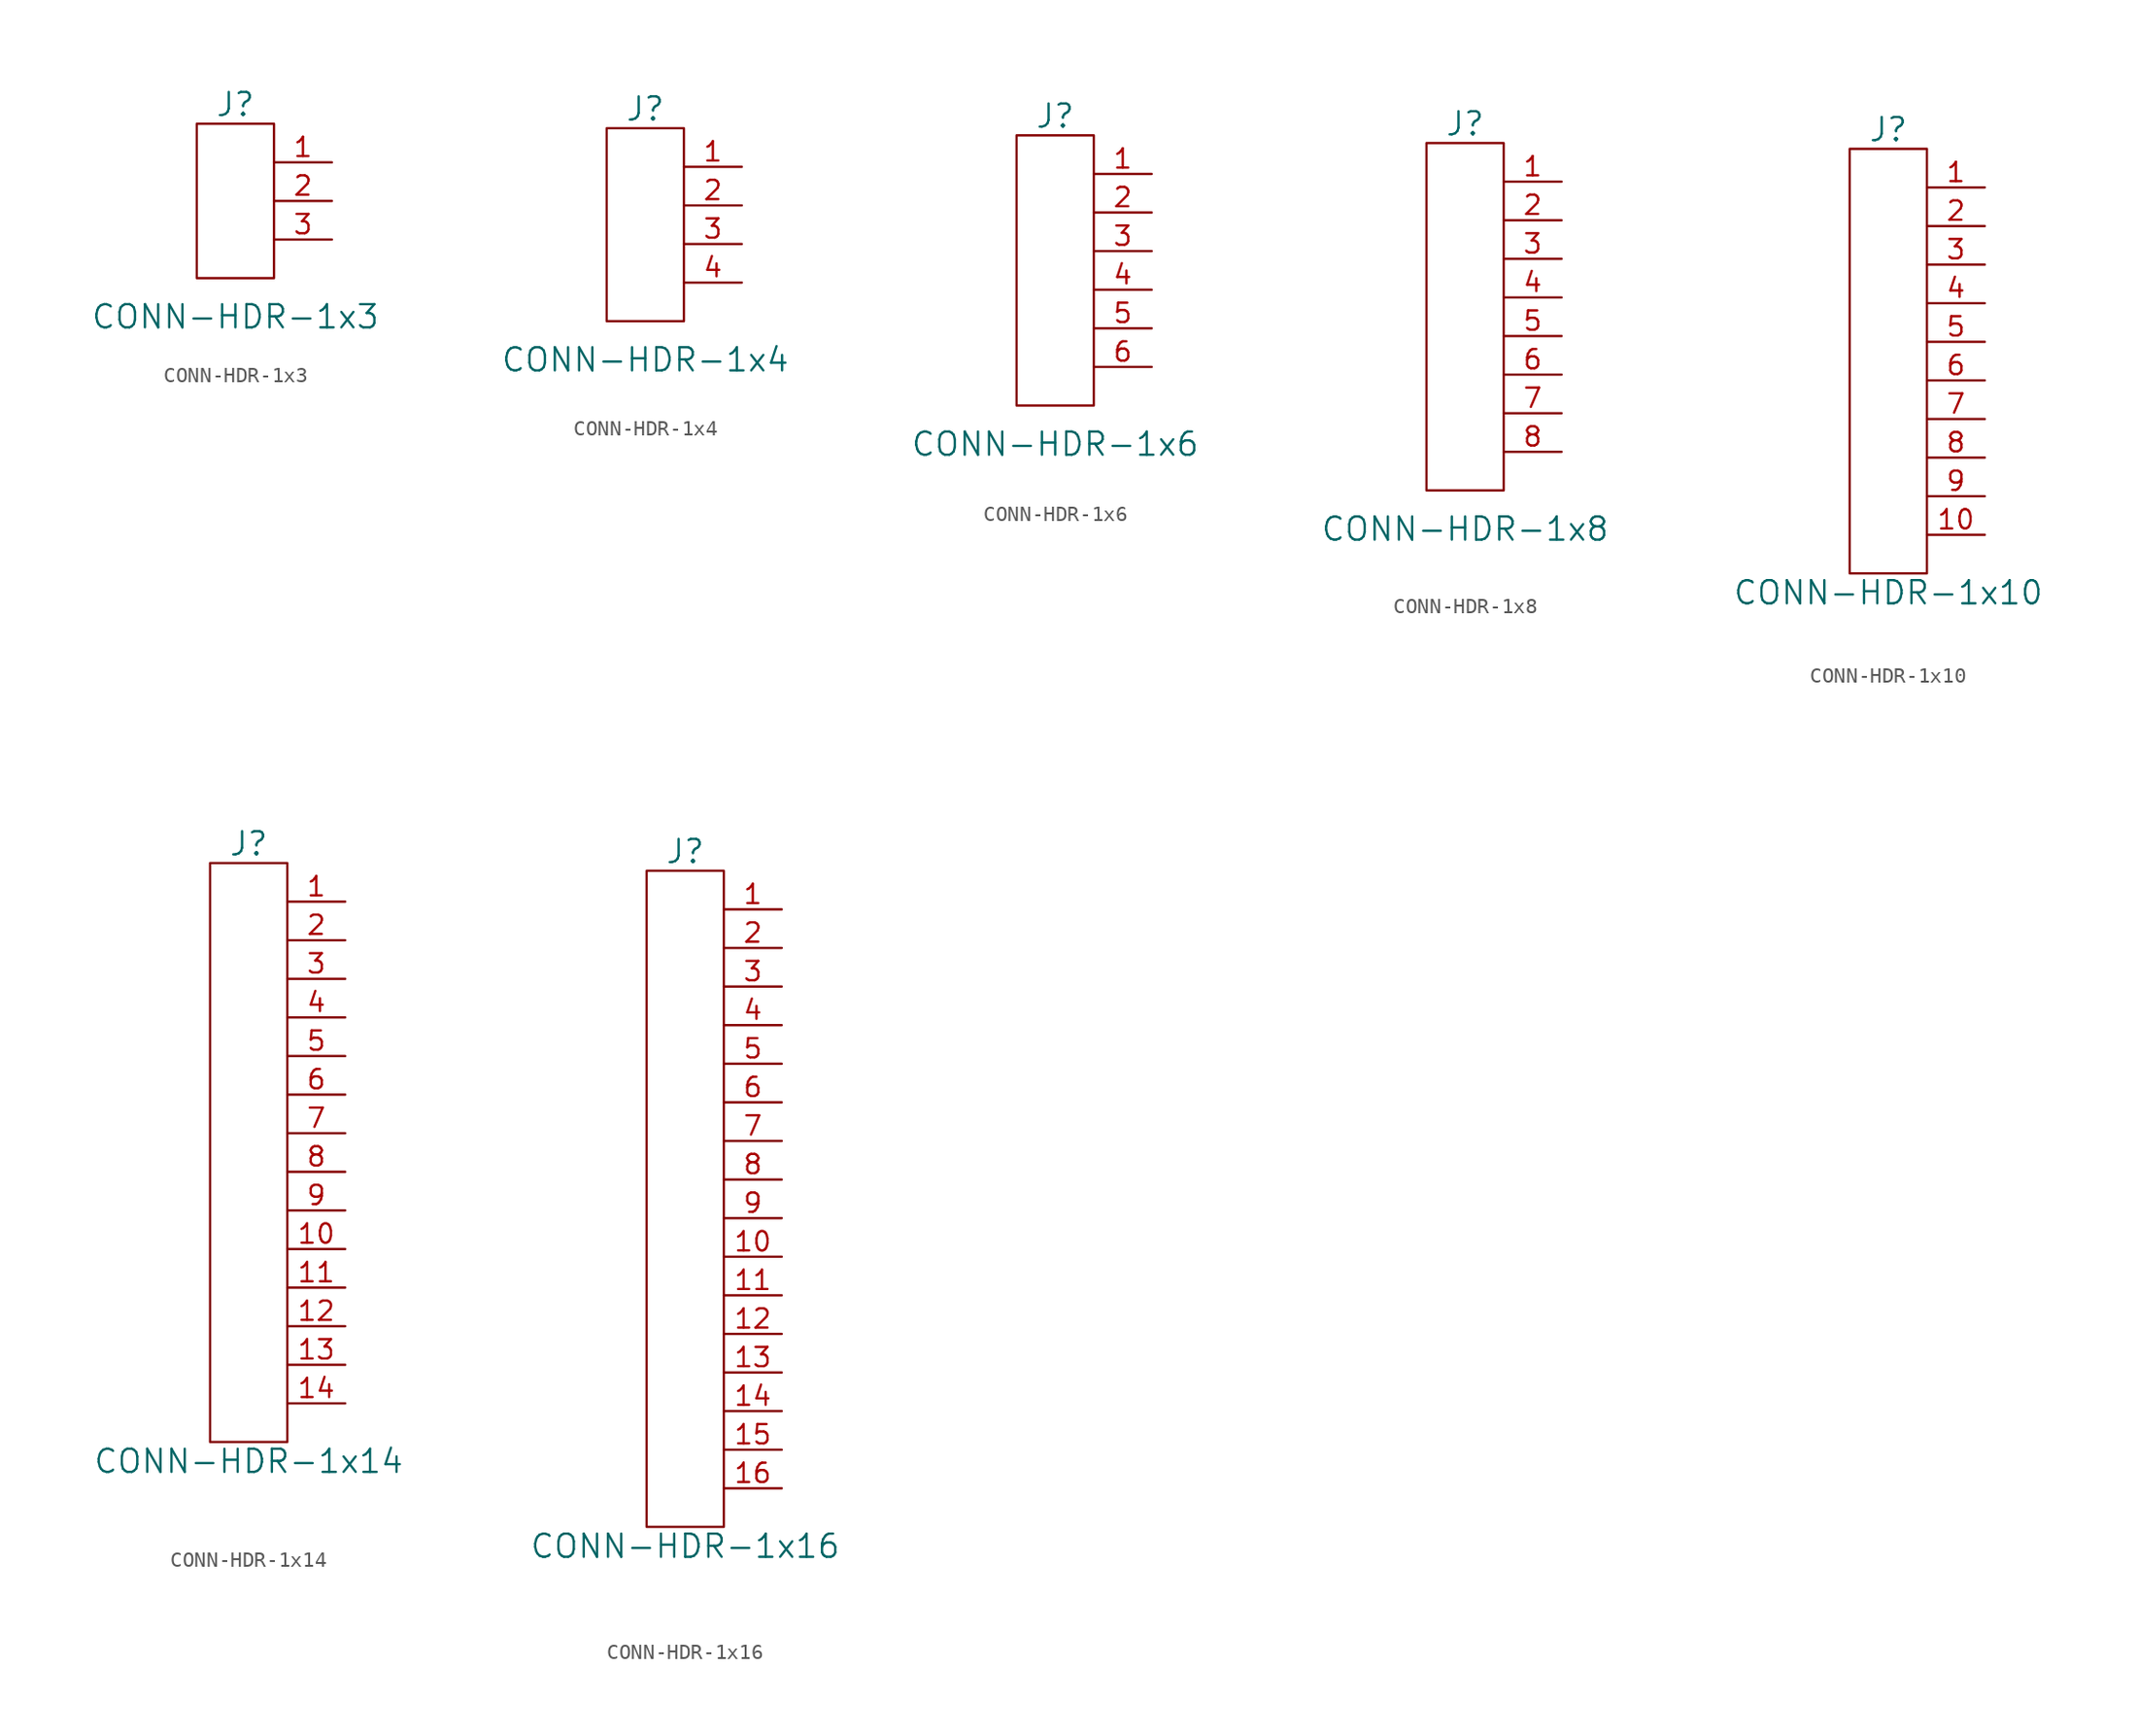
<source format=kicad_sym>
(kicad_symbol_lib
  (version 20211014)
  (generator kicad_symbol_editor)
  (symbol "CONN-HDR-1x3"
    (pin_names
      (offset 1.016))
    (property "Reference" "J"
      (at 0 6.35 0)
      (effects (font (size 1.524 1.524))))
    (property "Value" "CONN-HDR-1x3"
      (at 0 -7.62 0)
      (effects (font (size 1.524 1.524))))
    (property "Datasheet" ""
      (at 0 -6.35 0)
      (effects (font (size 1.524 1.524))))
    (symbol "CONN-HDR-1x3_0_1"
      (rectangle (start 2.54 5.08) (end -2.54 -5.08) (stroke (width 0) (type default) (color 0 0 0 0)) (fill (type none)))
      (pin input line (at 6.35 0 180) (length 3.81) (name "~" (effects (font (size 1.27 1.27)))) (number "2" (effects (font (size 1.27 1.27))))))
    (symbol "CONN-HDR-1x3_1_1"
      (pin input line (at 6.35 2.54 180) (length 3.81) (name "~" (effects (font (size 1.27 1.27)))) (number "1" (effects (font (size 1.27 1.27)))))
      (pin input line (at 6.35 -2.54 180) (length 3.81) (name "~" (effects (font (size 1.27 1.27)))) (number "3" (effects (font (size 1.27 1.27)))))))
  (symbol "CONN-HDR-1x4"
    (pin_names
      (offset 1.016))
    (property "Reference" "J"
      (at 0 7.62 0)
      (effects (font (size 1.524 1.524))))
    (property "Value" "CONN-HDR-1x4"
      (at 0 -8.89 0)
      (effects (font (size 1.524 1.524))))
    (property "Datasheet" ""
      (at 0 -10.16 0)
      (effects (font (size 1.524 1.524))))
    (symbol "CONN-HDR-1x4_0_1"
      (rectangle (start 2.54 6.35) (end -2.54 -6.35) (stroke (width 0) (type default) (color 0 0 0 0)) (fill (type none)))
      (pin input line (at 6.35 1.27 180) (length 3.81) (name "~" (effects (font (size 1.27 1.27)))) (number "2" (effects (font (size 1.27 1.27))))))
    (symbol "CONN-HDR-1x4_1_1"
      (pin input line (at 6.35 3.81 180) (length 3.81) (name "~" (effects (font (size 1.27 1.27)))) (number "1" (effects (font (size 1.27 1.27)))))
      (pin input line (at 6.35 -1.27 180) (length 3.81) (name "~" (effects (font (size 1.27 1.27)))) (number "3" (effects (font (size 1.27 1.27)))))
      (pin input line (at 6.35 -3.81 180) (length 3.81) (name "~" (effects (font (size 1.27 1.27)))) (number "4" (effects (font (size 1.27 1.27)))))))
  (symbol "CONN-HDR-1x6"
    (pin_names
      (offset 1.016))
    (property "Reference" "J"
      (at 0 10.16 0)
      (effects (font (size 1.524 1.524))))
    (property "Value" "CONN-HDR-1x6"
      (at 0 -11.43 0)
      (effects (font (size 1.524 1.524))))
    (property "Datasheet" ""
      (at 0 -6.35 0)
      (effects (font (size 1.524 1.524))))
    (symbol "CONN-HDR-1x6_0_1"
      (rectangle (start 2.54 8.89) (end -2.54 -8.89) (stroke (width 0) (type default) (color 0 0 0 0)) (fill (type none)))
      (pin input line (at 6.35 3.81 180) (length 3.81) (name "~" (effects (font (size 1.27 1.27)))) (number "2" (effects (font (size 1.27 1.27))))))
    (symbol "CONN-HDR-1x6_1_1"
      (pin input line (at 6.35 6.35 180) (length 3.81) (name "~" (effects (font (size 1.27 1.27)))) (number "1" (effects (font (size 1.27 1.27)))))
      (pin input line (at 6.35 1.27 180) (length 3.81) (name "~" (effects (font (size 1.27 1.27)))) (number "3" (effects (font (size 1.27 1.27)))))
      (pin input line (at 6.35 -1.27 180) (length 3.81) (name "~" (effects (font (size 1.27 1.27)))) (number "4" (effects (font (size 1.27 1.27)))))
      (pin input line (at 6.35 -3.81 180) (length 3.81) (name "~" (effects (font (size 1.27 1.27)))) (number "5" (effects (font (size 1.27 1.27)))))
      (pin input line (at 6.35 -6.35 180) (length 3.81) (name "~" (effects (font (size 1.27 1.27)))) (number "6" (effects (font (size 1.27 1.27)))))))
  (symbol "CONN-HDR-1x8"
    (pin_names
      (offset 1.016))
    (property "Reference" "J"
      (at 0 12.7 0)
      (effects (font (size 1.524 1.524))))
    (property "Value" "CONN-HDR-1x8"
      (at 0 -13.97 0)
      (effects (font (size 1.524 1.524))))
    (property "Datasheet" ""
      (at 0 -3.81 0)
      (effects (font (size 1.524 1.524))))
    (symbol "CONN-HDR-1x8_0_1"
      (rectangle (start 2.54 11.43) (end -2.54 -11.43) (stroke (width 0) (type default) (color 0 0 0 0)) (fill (type none)))
      (pin input line (at 6.35 6.35 180) (length 3.81) (name "~" (effects (font (size 1.27 1.27)))) (number "2" (effects (font (size 1.27 1.27))))))
    (symbol "CONN-HDR-1x8_1_1"
      (pin input line (at 6.35 8.89 180) (length 3.81) (name "~" (effects (font (size 1.27 1.27)))) (number "1" (effects (font (size 1.27 1.27)))))
      (pin input line (at 6.35 3.81 180) (length 3.81) (name "~" (effects (font (size 1.27 1.27)))) (number "3" (effects (font (size 1.27 1.27)))))
      (pin input line (at 6.35 1.27 180) (length 3.81) (name "~" (effects (font (size 1.27 1.27)))) (number "4" (effects (font (size 1.27 1.27)))))
      (pin input line (at 6.35 -1.27 180) (length 3.81) (name "~" (effects (font (size 1.27 1.27)))) (number "5" (effects (font (size 1.27 1.27)))))
      (pin input line (at 6.35 -3.81 180) (length 3.81) (name "~" (effects (font (size 1.27 1.27)))) (number "6" (effects (font (size 1.27 1.27)))))
      (pin input line (at 6.35 -6.35 180) (length 3.81) (name "~" (effects (font (size 1.27 1.27)))) (number "7" (effects (font (size 1.27 1.27)))))
      (pin input line (at 6.35 -8.89 180) (length 3.81) (name "~" (effects (font (size 1.27 1.27)))) (number "8" (effects (font (size 1.27 1.27)))))))
  (symbol "CONN-HDR-1x10"
    (pin_names
      (offset 1.016))
    (property "Reference" "J"
      (at 0 16.51 0)
      (effects (font (size 1.524 1.524))))
    (property "Value" "CONN-HDR-1x10"
      (at 0 -13.97 0)
      (effects (font (size 1.524 1.524))))
    (property "Datasheet" ""
      (at 0 0 0)
      (effects (font (size 1.524 1.524))))
    (symbol "CONN-HDR-1x10_0_1"
      (rectangle (start 2.54 15.24) (end -2.54 -12.7) (stroke (width 0) (type default) (color 0 0 0 0)) (fill (type none)))
      (pin input line (at 6.35 10.16 180) (length 3.81) (name "~" (effects (font (size 1.27 1.27)))) (number "2" (effects (font (size 1.27 1.27))))))
    (symbol "CONN-HDR-1x10_1_1"
      (pin input line (at 6.35 12.7 180) (length 3.81) (name "~" (effects (font (size 1.27 1.27)))) (number "1" (effects (font (size 1.27 1.27)))))
      (pin input line (at 6.35 -10.16 180) (length 3.81) (name "~" (effects (font (size 1.27 1.27)))) (number "10" (effects (font (size 1.27 1.27)))))
      (pin input line (at 6.35 7.62 180) (length 3.81) (name "~" (effects (font (size 1.27 1.27)))) (number "3" (effects (font (size 1.27 1.27)))))
      (pin input line (at 6.35 5.08 180) (length 3.81) (name "~" (effects (font (size 1.27 1.27)))) (number "4" (effects (font (size 1.27 1.27)))))
      (pin input line (at 6.35 2.54 180) (length 3.81) (name "~" (effects (font (size 1.27 1.27)))) (number "5" (effects (font (size 1.27 1.27)))))
      (pin input line (at 6.35 0 180) (length 3.81) (name "~" (effects (font (size 1.27 1.27)))) (number "6" (effects (font (size 1.27 1.27)))))
      (pin input line (at 6.35 -2.54 180) (length 3.81) (name "~" (effects (font (size 1.27 1.27)))) (number "7" (effects (font (size 1.27 1.27)))))
      (pin input line (at 6.35 -5.08 180) (length 3.81) (name "~" (effects (font (size 1.27 1.27)))) (number "8" (effects (font (size 1.27 1.27)))))
      (pin input line (at 6.35 -7.62 180) (length 3.81) (name "~" (effects (font (size 1.27 1.27)))) (number "9" (effects (font (size 1.27 1.27)))))))
  (symbol "CONN-HDR-1x14"
    (pin_names
      (offset 1.016))
    (property "Reference" "J"
      (at 0 20.32 0)
      (effects (font (size 1.524 1.524))))
    (property "Value" "CONN-HDR-1x14"
      (at 0 -20.32 0)
      (effects (font (size 1.524 1.524))))
    (property "Datasheet" ""
      (at 0 3.81 0)
      (effects (font (size 1.524 1.524))))
    (symbol "CONN-HDR-1x14_0_1"
      (rectangle (start 2.54 19.05) (end -2.54 -19.05) (stroke (width 0) (type default) (color 0 0 0 0)) (fill (type none)))
      (pin input line (at 6.35 13.97 180) (length 3.81) (name "~" (effects (font (size 1.27 1.27)))) (number "2" (effects (font (size 1.27 1.27))))))
    (symbol "CONN-HDR-1x14_1_1"
      (pin input line (at 6.35 16.51 180) (length 3.81) (name "~" (effects (font (size 1.27 1.27)))) (number "1" (effects (font (size 1.27 1.27)))))
      (pin input line (at 6.35 -6.35 180) (length 3.81) (name "~" (effects (font (size 1.27 1.27)))) (number "10" (effects (font (size 1.27 1.27)))))
      (pin input line (at 6.35 -8.89 180) (length 3.81) (name "~" (effects (font (size 1.27 1.27)))) (number "11" (effects (font (size 1.27 1.27)))))
      (pin input line (at 6.35 -11.43 180) (length 3.81) (name "~" (effects (font (size 1.27 1.27)))) (number "12" (effects (font (size 1.27 1.27)))))
      (pin input line (at 6.35 -13.97 180) (length 3.81) (name "~" (effects (font (size 1.27 1.27)))) (number "13" (effects (font (size 1.27 1.27)))))
      (pin input line (at 6.35 -16.51 180) (length 3.81) (name "~" (effects (font (size 1.27 1.27)))) (number "14" (effects (font (size 1.27 1.27)))))
      (pin input line (at 6.35 11.43 180) (length 3.81) (name "~" (effects (font (size 1.27 1.27)))) (number "3" (effects (font (size 1.27 1.27)))))
      (pin input line (at 6.35 8.89 180) (length 3.81) (name "~" (effects (font (size 1.27 1.27)))) (number "4" (effects (font (size 1.27 1.27)))))
      (pin input line (at 6.35 6.35 180) (length 3.81) (name "~" (effects (font (size 1.27 1.27)))) (number "5" (effects (font (size 1.27 1.27)))))
      (pin input line (at 6.35 3.81 180) (length 3.81) (name "~" (effects (font (size 1.27 1.27)))) (number "6" (effects (font (size 1.27 1.27)))))
      (pin input line (at 6.35 1.27 180) (length 3.81) (name "~" (effects (font (size 1.27 1.27)))) (number "7" (effects (font (size 1.27 1.27)))))
      (pin input line (at 6.35 -1.27 180) (length 3.81) (name "~" (effects (font (size 1.27 1.27)))) (number "8" (effects (font (size 1.27 1.27)))))
      (pin input line (at 6.35 -3.81 180) (length 3.81) (name "~" (effects (font (size 1.27 1.27)))) (number "9" (effects (font (size 1.27 1.27)))))))
  (symbol "CONN-HDR-1x16"
    (pin_names
      (offset 1.016))
    (property "Reference" "J"
      (at 0 22.86 0)
      (effects (font (size 1.524 1.524))))
    (property "Value" "CONN-HDR-1x16"
      (at 0 -22.86 0)
      (effects (font (size 1.524 1.524))))
    (property "Datasheet" ""
      (at 0 6.35 0)
      (effects (font (size 1.524 1.524))))
    (symbol "CONN-HDR-1x16_0_1"
      (rectangle (start 2.54 21.59) (end -2.54 -21.59) (stroke (width 0) (type default) (color 0 0 0 0)) (fill (type none)))
      (pin input line (at 6.35 16.51 180) (length 3.81) (name "~" (effects (font (size 1.27 1.27)))) (number "2" (effects (font (size 1.27 1.27))))))
    (symbol "CONN-HDR-1x16_1_1"
      (pin input line (at 6.35 19.05 180) (length 3.81) (name "~" (effects (font (size 1.27 1.27)))) (number "1" (effects (font (size 1.27 1.27)))))
      (pin input line (at 6.35 -3.81 180) (length 3.81) (name "~" (effects (font (size 1.27 1.27)))) (number "10" (effects (font (size 1.27 1.27)))))
      (pin input line (at 6.35 -6.35 180) (length 3.81) (name "~" (effects (font (size 1.27 1.27)))) (number "11" (effects (font (size 1.27 1.27)))))
      (pin input line (at 6.35 -8.89 180) (length 3.81) (name "~" (effects (font (size 1.27 1.27)))) (number "12" (effects (font (size 1.27 1.27)))))
      (pin input line (at 6.35 -11.43 180) (length 3.81) (name "~" (effects (font (size 1.27 1.27)))) (number "13" (effects (font (size 1.27 1.27)))))
      (pin input line (at 6.35 -13.97 180) (length 3.81) (name "~" (effects (font (size 1.27 1.27)))) (number "14" (effects (font (size 1.27 1.27)))))
      (pin passive line (at 6.35 -16.51 180) (length 3.81) (name "~" (effects (font (size 1.27 1.27)))) (number "15" (effects (font (size 1.27 1.27)))))
      (pin passive line (at 6.35 -19.05 180) (length 3.81) (name "~" (effects (font (size 1.27 1.27)))) (number "16" (effects (font (size 1.27 1.27)))))
      (pin input line (at 6.35 13.97 180) (length 3.81) (name "~" (effects (font (size 1.27 1.27)))) (number "3" (effects (font (size 1.27 1.27)))))
      (pin input line (at 6.35 11.43 180) (length 3.81) (name "~" (effects (font (size 1.27 1.27)))) (number "4" (effects (font (size 1.27 1.27)))))
      (pin input line (at 6.35 8.89 180) (length 3.81) (name "~" (effects (font (size 1.27 1.27)))) (number "5" (effects (font (size 1.27 1.27)))))
      (pin input line (at 6.35 6.35 180) (length 3.81) (name "~" (effects (font (size 1.27 1.27)))) (number "6" (effects (font (size 1.27 1.27)))))
      (pin input line (at 6.35 3.81 180) (length 3.81) (name "~" (effects (font (size 1.27 1.27)))) (number "7" (effects (font (size 1.27 1.27)))))
      (pin input line (at 6.35 1.27 180) (length 3.81) (name "~" (effects (font (size 1.27 1.27)))) (number "8" (effects (font (size 1.27 1.27)))))
      (pin input line (at 6.35 -1.27 180) (length 3.81) (name "~" (effects (font (size 1.27 1.27)))) (number "9" (effects (font (size 1.27 1.27))))))))
</source>
